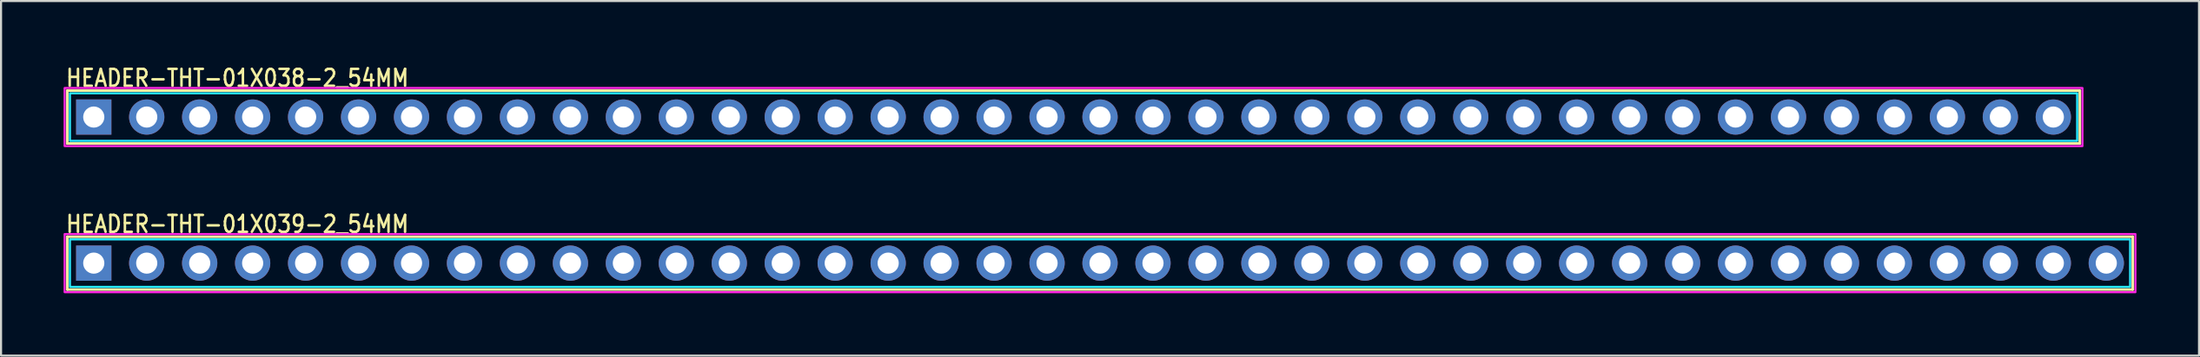
<source format=kicad_pcb>
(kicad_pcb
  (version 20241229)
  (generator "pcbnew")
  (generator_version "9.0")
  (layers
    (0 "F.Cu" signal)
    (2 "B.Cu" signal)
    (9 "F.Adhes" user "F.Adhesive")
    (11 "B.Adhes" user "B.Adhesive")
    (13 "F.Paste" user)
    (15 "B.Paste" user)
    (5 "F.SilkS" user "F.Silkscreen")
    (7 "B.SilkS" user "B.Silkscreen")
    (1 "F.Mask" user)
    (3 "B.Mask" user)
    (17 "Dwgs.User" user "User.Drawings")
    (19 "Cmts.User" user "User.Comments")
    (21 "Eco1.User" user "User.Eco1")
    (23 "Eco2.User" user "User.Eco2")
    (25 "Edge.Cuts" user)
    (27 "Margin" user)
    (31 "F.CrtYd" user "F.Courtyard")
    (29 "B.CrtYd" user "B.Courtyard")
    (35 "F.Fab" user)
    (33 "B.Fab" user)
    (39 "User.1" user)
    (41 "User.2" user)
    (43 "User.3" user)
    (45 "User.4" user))
  (footprint "HEADER-THT-01X038-2_54MM"
    (layer "F.Cu")
    (at 1.447 2.579)
    (property "Reference" "HEADER-THT-01X038-2_54MM" (at -1.4 -1.4 0) (unlocked yes) (layer "F.SilkS") (effects (font (size 0.813 0.695) (thickness 0.122)) (justify left bottom)))
    (fp_line (start -1.27 -1.27) (end -1.27 1.27) (stroke (width 0.127) (type solid)) (layer "F.SilkS"))
    (fp_line (start -1.27 1.27) (end 95.25 1.27) (stroke (width 0.127) (type solid)) (layer "F.SilkS"))
    (fp_line (start 95.25 -1.27) (end -1.27 -1.27) (stroke (width 0.127) (type solid)) (layer "F.SilkS"))
    (fp_line (start 95.25 1.27) (end 95.25 -1.27) (stroke (width 0.127) (type solid)) (layer "F.SilkS"))
    (fp_poly (pts (xy -1.143 -1.143) (xy 95.123 -1.143) (xy 95.123 1.143) (xy -1.143 1.143)) (stroke (width 0.1) (type solid)) (fill no) (layer "B.CrtYd"))
    (fp_poly (pts (xy -1.397 -1.397) (xy 95.377 -1.397) (xy 95.377 1.397) (xy -1.397 1.397)) (stroke (width 0.1) (type solid)) (fill no) (layer "F.CrtYd"))
    (pad "P$1" thru_hole rect (at 0 0) (size 1.693 1.693) (drill 1.016) (layers "*.Cu" "*.Mask"))
    (pad "P$2" thru_hole oval (at 2.54 0) (size 1.693 1.693) (drill 1.016) (layers "*.Cu" "*.Mask"))
    (pad "P$3" thru_hole oval (at 5.08 0) (size 1.693 1.693) (drill 1.016) (layers "*.Cu" "*.Mask"))
    (pad "P$4" thru_hole oval (at 7.62 0) (size 1.693 1.693) (drill 1.016) (layers "*.Cu" "*.Mask"))
    (pad "P$5" thru_hole oval (at 10.16 0) (size 1.693 1.693) (drill 1.016) (layers "*.Cu" "*.Mask"))
    (pad "P$6" thru_hole oval (at 12.7 0) (size 1.693 1.693) (drill 1.016) (layers "*.Cu" "*.Mask"))
    (pad "P$7" thru_hole oval (at 15.24 0) (size 1.693 1.693) (drill 1.016) (layers "*.Cu" "*.Mask"))
    (pad "P$8" thru_hole oval (at 17.78 0) (size 1.693 1.693) (drill 1.016) (layers "*.Cu" "*.Mask"))
    (pad "P$9" thru_hole oval (at 20.32 0) (size 1.693 1.693) (drill 1.016) (layers "*.Cu" "*.Mask"))
    (pad "P$10" thru_hole oval (at 22.86 0) (size 1.693 1.693) (drill 1.016) (layers "*.Cu" "*.Mask"))
    (pad "P$11" thru_hole oval (at 25.4 0) (size 1.693 1.693) (drill 1.016) (layers "*.Cu" "*.Mask"))
    (pad "P$12" thru_hole oval (at 27.94 0) (size 1.693 1.693) (drill 1.016) (layers "*.Cu" "*.Mask"))
    (pad "P$13" thru_hole oval (at 30.48 0) (size 1.693 1.693) (drill 1.016) (layers "*.Cu" "*.Mask"))
    (pad "P$14" thru_hole oval (at 33.02 0) (size 1.693 1.693) (drill 1.016) (layers "*.Cu" "*.Mask"))
    (pad "P$15" thru_hole oval (at 35.56 0) (size 1.693 1.693) (drill 1.016) (layers "*.Cu" "*.Mask"))
    (pad "P$16" thru_hole oval (at 38.1 0) (size 1.693 1.693) (drill 1.016) (layers "*.Cu" "*.Mask"))
    (pad "P$17" thru_hole oval (at 40.64 0) (size 1.693 1.693) (drill 1.016) (layers "*.Cu" "*.Mask"))
    (pad "P$18" thru_hole oval (at 43.18 0) (size 1.693 1.693) (drill 1.016) (layers "*.Cu" "*.Mask"))
    (pad "P$19" thru_hole oval (at 45.72 0) (size 1.693 1.693) (drill 1.016) (layers "*.Cu" "*.Mask"))
    (pad "P$20" thru_hole oval (at 48.26 0) (size 1.693 1.693) (drill 1.016) (layers "*.Cu" "*.Mask"))
    (pad "P$21" thru_hole oval (at 50.8 0) (size 1.693 1.693) (drill 1.016) (layers "*.Cu" "*.Mask"))
    (pad "P$22" thru_hole oval (at 53.34 0) (size 1.693 1.693) (drill 1.016) (layers "*.Cu" "*.Mask"))
    (pad "P$23" thru_hole oval (at 55.88 0) (size 1.693 1.693) (drill 1.016) (layers "*.Cu" "*.Mask"))
    (pad "P$24" thru_hole oval (at 58.42 0) (size 1.693 1.693) (drill 1.016) (layers "*.Cu" "*.Mask"))
    (pad "P$25" thru_hole oval (at 60.96 0) (size 1.693 1.693) (drill 1.016) (layers "*.Cu" "*.Mask"))
    (pad "P$26" thru_hole oval (at 63.5 0) (size 1.693 1.693) (drill 1.016) (layers "*.Cu" "*.Mask"))
    (pad "P$27" thru_hole oval (at 66.04 0) (size 1.693 1.693) (drill 1.016) (layers "*.Cu" "*.Mask"))
    (pad "P$28" thru_hole oval (at 68.58 0) (size 1.693 1.693) (drill 1.016) (layers "*.Cu" "*.Mask"))
    (pad "P$29" thru_hole oval (at 71.12 0) (size 1.693 1.693) (drill 1.016) (layers "*.Cu" "*.Mask"))
    (pad "P$30" thru_hole oval (at 73.66 0) (size 1.693 1.693) (drill 1.016) (layers "*.Cu" "*.Mask"))
    (pad "P$31" thru_hole oval (at 76.2 0) (size 1.693 1.693) (drill 1.016) (layers "*.Cu" "*.Mask"))
    (pad "P$32" thru_hole oval (at 78.74 0) (size 1.693 1.693) (drill 1.016) (layers "*.Cu" "*.Mask"))
    (pad "P$33" thru_hole oval (at 81.28 0) (size 1.693 1.693) (drill 1.016) (layers "*.Cu" "*.Mask"))
    (pad "P$34" thru_hole oval (at 83.82 0) (size 1.693 1.693) (drill 1.016) (layers "*.Cu" "*.Mask"))
    (pad "P$35" thru_hole oval (at 86.36 0) (size 1.693 1.693) (drill 1.016) (layers "*.Cu" "*.Mask"))
    (pad "P$36" thru_hole oval (at 88.9 0) (size 1.693 1.693) (drill 1.016) (layers "*.Cu" "*.Mask"))
    (pad "P$37" thru_hole oval (at 91.44 0) (size 1.693 1.693) (drill 1.016) (layers "*.Cu" "*.Mask"))
    (pad "P$38" thru_hole oval (at 93.98 0) (size 1.693 1.693) (drill 1.016) (layers "*.Cu" "*.Mask")))
  (footprint "HEADER-THT-01X039-2_54MM"
    (layer "F.Cu")
    (at 1.447 9.604)
    (property "Reference" "HEADER-THT-01X039-2_54MM" (at -1.4 -1.4 0) (unlocked yes) (layer "F.SilkS") (effects (font (size 0.813 0.695) (thickness 0.122)) (justify left bottom)))
    (fp_line (start -1.27 -1.27) (end -1.27 1.27) (stroke (width 0.127) (type solid)) (layer "F.SilkS"))
    (fp_line (start -1.27 1.27) (end 97.79 1.27) (stroke (width 0.127) (type solid)) (layer "F.SilkS"))
    (fp_line (start 97.79 -1.27) (end -1.27 -1.27) (stroke (width 0.127) (type solid)) (layer "F.SilkS"))
    (fp_line (start 97.79 1.27) (end 97.79 -1.27) (stroke (width 0.127) (type solid)) (layer "F.SilkS"))
    (fp_poly (pts (xy -1.143 -1.143) (xy 97.663 -1.143) (xy 97.663 1.143) (xy -1.143 1.143)) (stroke (width 0.1) (type solid)) (fill no) (layer "B.CrtYd"))
    (fp_poly (pts (xy -1.397 -1.397) (xy 97.917 -1.397) (xy 97.917 1.397) (xy -1.397 1.397)) (stroke (width 0.1) (type solid)) (fill no) (layer "F.CrtYd"))
    (pad "P$1" thru_hole rect (at 0 0) (size 1.693 1.693) (drill 1.016) (layers "*.Cu" "*.Mask"))
    (pad "P$2" thru_hole oval (at 2.54 0) (size 1.693 1.693) (drill 1.016) (layers "*.Cu" "*.Mask"))
    (pad "P$3" thru_hole oval (at 5.08 0) (size 1.693 1.693) (drill 1.016) (layers "*.Cu" "*.Mask"))
    (pad "P$4" thru_hole oval (at 7.62 0) (size 1.693 1.693) (drill 1.016) (layers "*.Cu" "*.Mask"))
    (pad "P$5" thru_hole oval (at 10.16 0) (size 1.693 1.693) (drill 1.016) (layers "*.Cu" "*.Mask"))
    (pad "P$6" thru_hole oval (at 12.7 0) (size 1.693 1.693) (drill 1.016) (layers "*.Cu" "*.Mask"))
    (pad "P$7" thru_hole oval (at 15.24 0) (size 1.693 1.693) (drill 1.016) (layers "*.Cu" "*.Mask"))
    (pad "P$8" thru_hole oval (at 17.78 0) (size 1.693 1.693) (drill 1.016) (layers "*.Cu" "*.Mask"))
    (pad "P$9" thru_hole oval (at 20.32 0) (size 1.693 1.693) (drill 1.016) (layers "*.Cu" "*.Mask"))
    (pad "P$10" thru_hole oval (at 22.86 0) (size 1.693 1.693) (drill 1.016) (layers "*.Cu" "*.Mask"))
    (pad "P$11" thru_hole oval (at 25.4 0) (size 1.693 1.693) (drill 1.016) (layers "*.Cu" "*.Mask"))
    (pad "P$12" thru_hole oval (at 27.94 0) (size 1.693 1.693) (drill 1.016) (layers "*.Cu" "*.Mask"))
    (pad "P$13" thru_hole oval (at 30.48 0) (size 1.693 1.693) (drill 1.016) (layers "*.Cu" "*.Mask"))
    (pad "P$14" thru_hole oval (at 33.02 0) (size 1.693 1.693) (drill 1.016) (layers "*.Cu" "*.Mask"))
    (pad "P$15" thru_hole oval (at 35.56 0) (size 1.693 1.693) (drill 1.016) (layers "*.Cu" "*.Mask"))
    (pad "P$16" thru_hole oval (at 38.1 0) (size 1.693 1.693) (drill 1.016) (layers "*.Cu" "*.Mask"))
    (pad "P$17" thru_hole oval (at 40.64 0) (size 1.693 1.693) (drill 1.016) (layers "*.Cu" "*.Mask"))
    (pad "P$18" thru_hole oval (at 43.18 0) (size 1.693 1.693) (drill 1.016) (layers "*.Cu" "*.Mask"))
    (pad "P$19" thru_hole oval (at 45.72 0) (size 1.693 1.693) (drill 1.016) (layers "*.Cu" "*.Mask"))
    (pad "P$20" thru_hole oval (at 48.26 0) (size 1.693 1.693) (drill 1.016) (layers "*.Cu" "*.Mask"))
    (pad "P$21" thru_hole oval (at 50.8 0) (size 1.693 1.693) (drill 1.016) (layers "*.Cu" "*.Mask"))
    (pad "P$22" thru_hole oval (at 53.34 0) (size 1.693 1.693) (drill 1.016) (layers "*.Cu" "*.Mask"))
    (pad "P$23" thru_hole oval (at 55.88 0) (size 1.693 1.693) (drill 1.016) (layers "*.Cu" "*.Mask"))
    (pad "P$24" thru_hole oval (at 58.42 0) (size 1.693 1.693) (drill 1.016) (layers "*.Cu" "*.Mask"))
    (pad "P$25" thru_hole oval (at 60.96 0) (size 1.693 1.693) (drill 1.016) (layers "*.Cu" "*.Mask"))
    (pad "P$26" thru_hole oval (at 63.5 0) (size 1.693 1.693) (drill 1.016) (layers "*.Cu" "*.Mask"))
    (pad "P$27" thru_hole oval (at 66.04 0) (size 1.693 1.693) (drill 1.016) (layers "*.Cu" "*.Mask"))
    (pad "P$28" thru_hole oval (at 68.58 0) (size 1.693 1.693) (drill 1.016) (layers "*.Cu" "*.Mask"))
    (pad "P$29" thru_hole oval (at 71.12 0) (size 1.693 1.693) (drill 1.016) (layers "*.Cu" "*.Mask"))
    (pad "P$30" thru_hole oval (at 73.66 0) (size 1.693 1.693) (drill 1.016) (layers "*.Cu" "*.Mask"))
    (pad "P$31" thru_hole oval (at 76.2 0) (size 1.693 1.693) (drill 1.016) (layers "*.Cu" "*.Mask"))
    (pad "P$32" thru_hole oval (at 78.74 0) (size 1.693 1.693) (drill 1.016) (layers "*.Cu" "*.Mask"))
    (pad "P$33" thru_hole oval (at 81.28 0) (size 1.693 1.693) (drill 1.016) (layers "*.Cu" "*.Mask"))
    (pad "P$34" thru_hole oval (at 83.82 0) (size 1.693 1.693) (drill 1.016) (layers "*.Cu" "*.Mask"))
    (pad "P$35" thru_hole oval (at 86.36 0) (size 1.693 1.693) (drill 1.016) (layers "*.Cu" "*.Mask"))
    (pad "P$36" thru_hole oval (at 88.9 0) (size 1.693 1.693) (drill 1.016) (layers "*.Cu" "*.Mask"))
    (pad "P$37" thru_hole oval (at 91.44 0) (size 1.693 1.693) (drill 1.016) (layers "*.Cu" "*.Mask"))
    (pad "P$38" thru_hole oval (at 93.98 0) (size 1.693 1.693) (drill 1.016) (layers "*.Cu" "*.Mask"))
    (pad "P$39" thru_hole oval (at 96.52 0) (size 1.693 1.693) (drill 1.016) (layers "*.Cu" "*.Mask")))
  (gr_rect
    (start -3 -3)
    (end 102.414 14.051)
    (stroke (width 0.1) (type default))
    (fill no)
    (layer "Edge.Cuts")))
</source>
